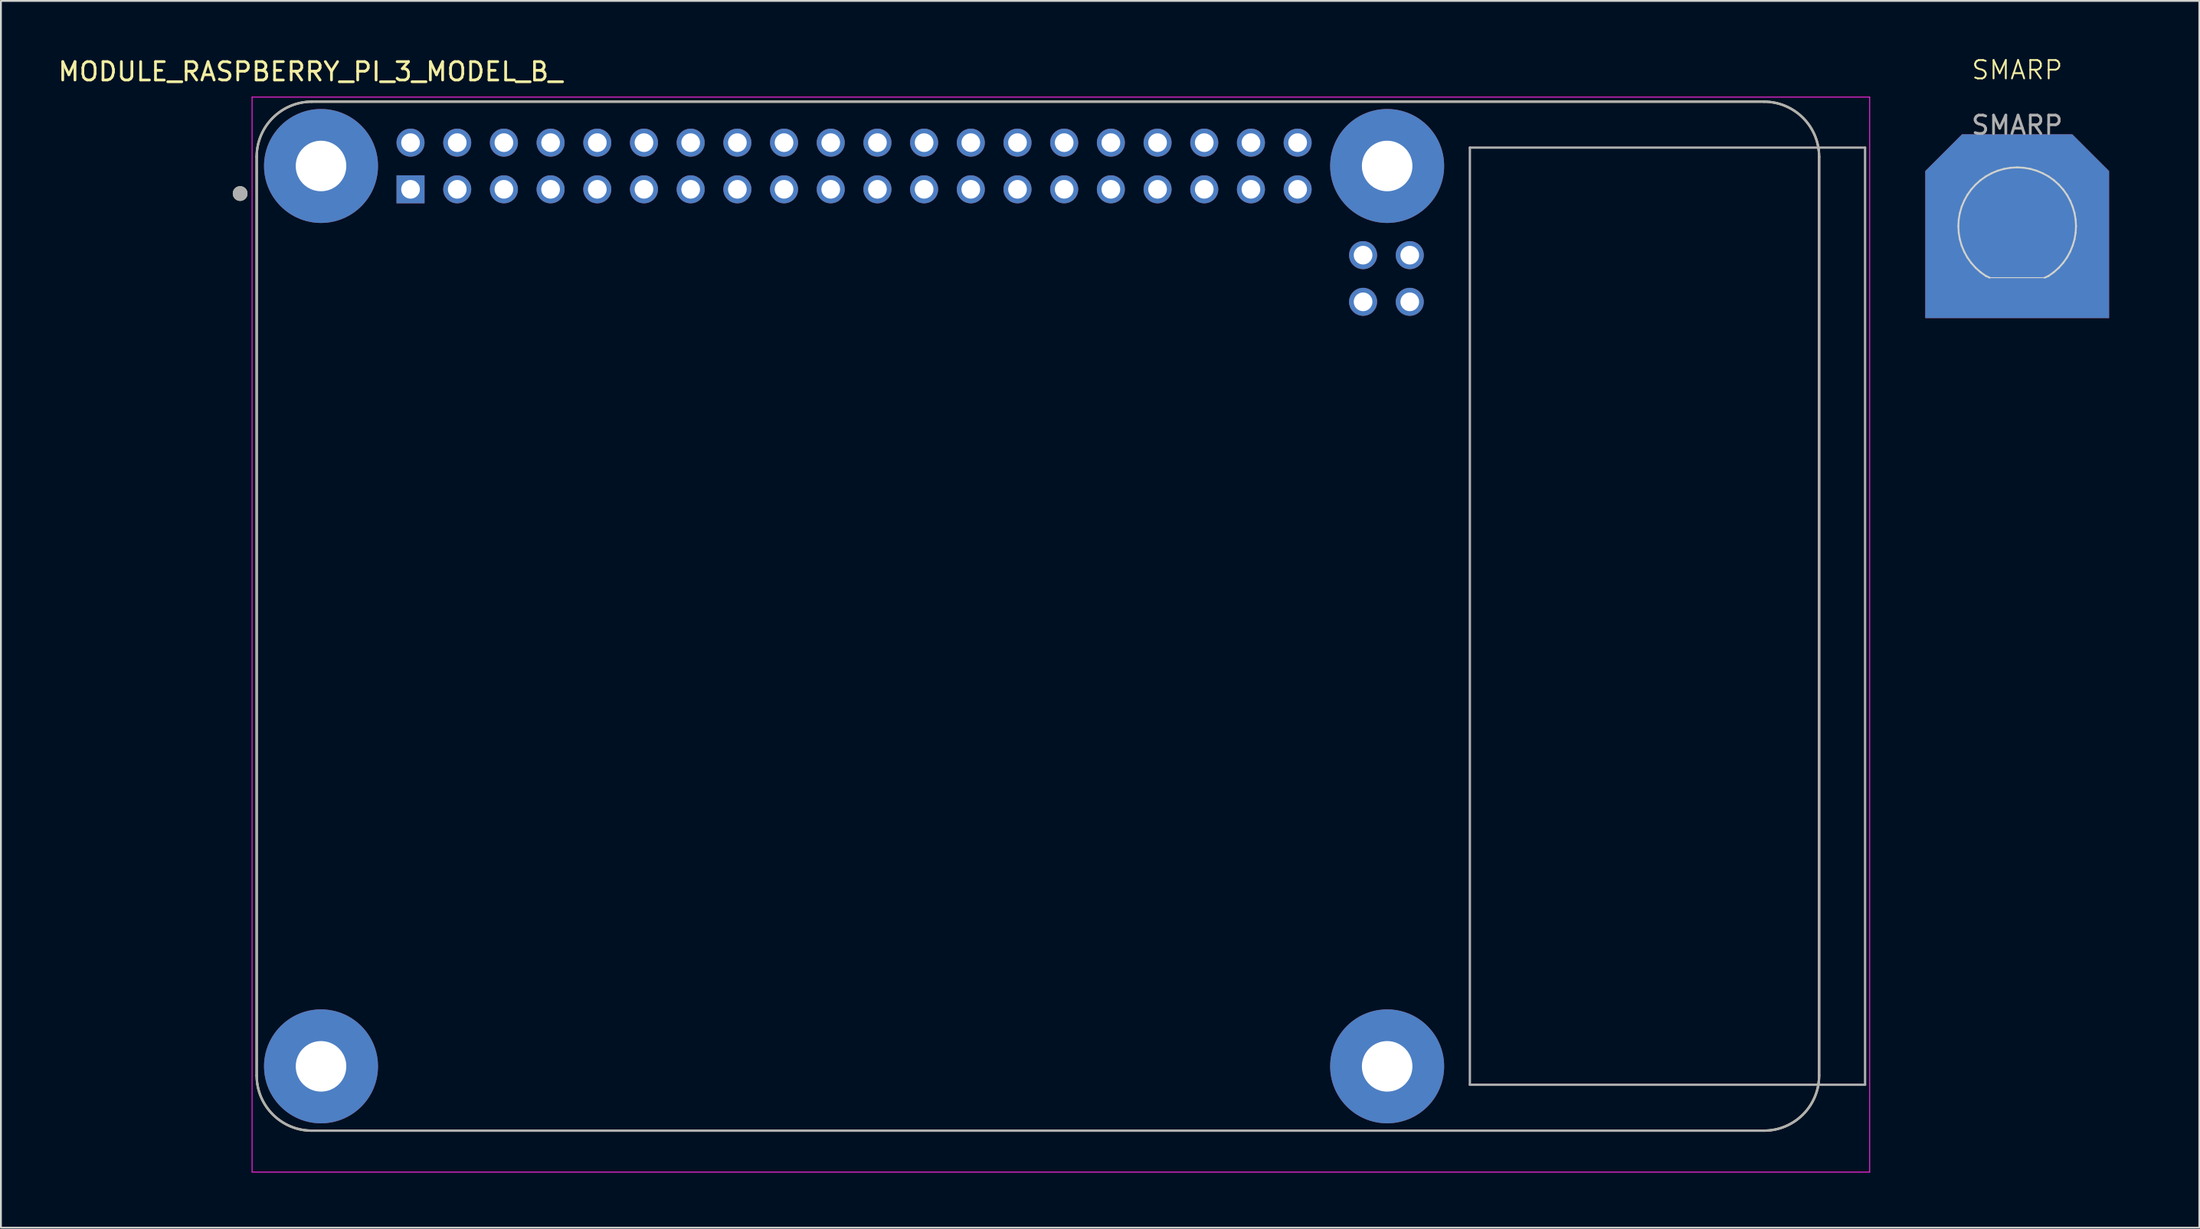
<source format=kicad_pcb>
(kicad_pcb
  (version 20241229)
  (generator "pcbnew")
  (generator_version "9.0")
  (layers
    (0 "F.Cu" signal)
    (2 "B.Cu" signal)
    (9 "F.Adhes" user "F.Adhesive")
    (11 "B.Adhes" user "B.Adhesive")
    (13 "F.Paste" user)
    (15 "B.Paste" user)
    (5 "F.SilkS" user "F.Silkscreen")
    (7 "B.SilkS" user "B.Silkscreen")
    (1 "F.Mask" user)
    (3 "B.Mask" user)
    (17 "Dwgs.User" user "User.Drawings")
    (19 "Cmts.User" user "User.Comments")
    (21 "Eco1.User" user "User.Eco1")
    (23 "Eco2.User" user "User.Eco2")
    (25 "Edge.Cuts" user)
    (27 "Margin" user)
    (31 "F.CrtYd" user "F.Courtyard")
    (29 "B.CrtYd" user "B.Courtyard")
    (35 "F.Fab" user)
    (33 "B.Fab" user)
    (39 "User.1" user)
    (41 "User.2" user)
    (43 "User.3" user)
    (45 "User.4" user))
  (footprint "MODULE_RASPBERRY_PI_3_MODEL_B_"
    (layer "F.Cu")
    (at 53.414 30.483)
    (property "Reference" "MODULE_RASPBERRY_PI_3_MODEL_B_" (at -39.575 -29.635 0) (layer "F.SilkS") (effects (font (size 1 1) (thickness 0.15))))
    (attr through_hole)
    (fp_line (start -42.5 -25) (end -42.5 25) (stroke (width 0.127) (type solid)) (layer "F.SilkS"))
    (fp_line (start -39.5 28) (end 39.5 28) (stroke (width 0.127) (type solid)) (layer "F.SilkS"))
    (fp_line (start 39.5 -28) (end -39.5 -28) (stroke (width 0.127) (type solid)) (layer "F.SilkS"))
    (fp_line (start 42.5 25) (end 42.5 -25) (stroke (width 0.127) (type solid)) (layer "F.SilkS"))
    (fp_arc (start -42.5 -25) (mid -41.62132 -27.12132) (end -39.5 -28) (stroke (width 0.127) (type solid)) (layer "F.SilkS"))
    (fp_arc (start -39.5 28) (mid -41.62132 27.12132) (end -42.5 25) (stroke (width 0.127) (type solid)) (layer "F.SilkS"))
    (fp_arc (start 39.5 -28) (mid 41.62132 -27.12132) (end 42.5 -25) (stroke (width 0.127) (type solid)) (layer "F.SilkS"))
    (fp_arc (start 42.5 25) (mid 41.62132 27.12132) (end 39.5 28) (stroke (width 0.127) (type solid)) (layer "F.SilkS"))
    (fp_circle (center -43.4 -23) (end -43.2 -23) (stroke (width 0.4) (type solid)) (fill no) (layer "F.SilkS"))
    (fp_line (start -42.75 -28.25) (end 45.25 -28.25) (stroke (width 0.05) (type solid)) (layer "F.CrtYd"))
    (fp_line (start -42.75 30.255) (end -42.75 -28.25) (stroke (width 0.05) (type solid)) (layer "F.CrtYd"))
    (fp_line (start 45.25 -28.25) (end 45.25 30.255) (stroke (width 0.05) (type solid)) (layer "F.CrtYd"))
    (fp_line (start 45.25 30.255) (end -42.75 30.255) (stroke (width 0.05) (type solid)) (layer "F.CrtYd"))
    (fp_line (start -42.5 -25) (end -42.5 25) (stroke (width 0.127) (type solid)) (layer "F.Fab"))
    (fp_line (start -39.5 28) (end 39.5 28) (stroke (width 0.127) (type solid)) (layer "F.Fab"))
    (fp_line (start 23.5 -25.5) (end 23.5 25.5) (stroke (width 0.127) (type solid)) (layer "F.Fab"))
    (fp_line (start 23.5 25.5) (end 45 25.5) (stroke (width 0.127) (type solid)) (layer "F.Fab"))
    (fp_line (start 39.5 -28) (end -39.5 -28) (stroke (width 0.127) (type solid)) (layer "F.Fab"))
    (fp_line (start 42.5 25) (end 42.5 -25) (stroke (width 0.127) (type solid)) (layer "F.Fab"))
    (fp_line (start 45 -25.5) (end 23.5 -25.5) (stroke (width 0.127) (type solid)) (layer "F.Fab"))
    (fp_line (start 45 25.5) (end 45 -25.5) (stroke (width 0.127) (type solid)) (layer "F.Fab"))
    (fp_arc (start -42.5 -25) (mid -41.62132 -27.12132) (end -39.5 -28) (stroke (width 0.127) (type solid)) (layer "F.Fab"))
    (fp_arc (start -39.5 28) (mid -41.62132 27.12132) (end -42.5 25) (stroke (width 0.127) (type solid)) (layer "F.Fab"))
    (fp_arc (start 39.5 -28) (mid 41.62132 -27.12132) (end 42.5 -25) (stroke (width 0.127) (type solid)) (layer "F.Fab"))
    (fp_arc (start 42.5 25) (mid 41.62132 27.12132) (end 39.5 28) (stroke (width 0.127) (type solid)) (layer "F.Fab"))
    (fp_circle (center -43.4 -23) (end -43.2 -23) (stroke (width 0.4) (type solid)) (fill no) (layer "F.Fab"))
    (pad "1" thru_hole rect (at -34.13 -23.23) (size 1.524 1.524) (drill 1.016) (layers "*.Cu" "*.Mask"))
    (pad "2" thru_hole circle (at -34.13 -25.77) (size 1.524 1.524) (drill 1.016) (layers "*.Cu" "*.Mask"))
    (pad "3" thru_hole circle (at -31.59 -23.23) (size 1.524 1.524) (drill 1.016) (layers "*.Cu" "*.Mask"))
    (pad "4" thru_hole circle (at -31.59 -25.77) (size 1.524 1.524) (drill 1.016) (layers "*.Cu" "*.Mask"))
    (pad "5" thru_hole circle (at -29.05 -23.23) (size 1.524 1.524) (drill 1.016) (layers "*.Cu" "*.Mask"))
    (pad "6" thru_hole circle (at -29.05 -25.77) (size 1.524 1.524) (drill 1.016) (layers "*.Cu" "*.Mask"))
    (pad "7" thru_hole circle (at -26.51 -23.23) (size 1.524 1.524) (drill 1.016) (layers "*.Cu" "*.Mask"))
    (pad "8" thru_hole circle (at -26.51 -25.77) (size 1.524 1.524) (drill 1.016) (layers "*.Cu" "*.Mask"))
    (pad "9" thru_hole circle (at -23.97 -23.23) (size 1.524 1.524) (drill 1.016) (layers "*.Cu" "*.Mask"))
    (pad "10" thru_hole circle (at -23.97 -25.77) (size 1.524 1.524) (drill 1.016) (layers "*.Cu" "*.Mask"))
    (pad "11" thru_hole circle (at -21.43 -23.23) (size 1.524 1.524) (drill 1.016) (layers "*.Cu" "*.Mask"))
    (pad "12" thru_hole circle (at -21.43 -25.77) (size 1.524 1.524) (drill 1.016) (layers "*.Cu" "*.Mask"))
    (pad "13" thru_hole circle (at -18.89 -23.23) (size 1.524 1.524) (drill 1.016) (layers "*.Cu" "*.Mask"))
    (pad "14" thru_hole circle (at -18.89 -25.77) (size 1.524 1.524) (drill 1.016) (layers "*.Cu" "*.Mask"))
    (pad "15" thru_hole circle (at -16.35 -23.23) (size 1.524 1.524) (drill 1.016) (layers "*.Cu" "*.Mask"))
    (pad "16" thru_hole circle (at -16.35 -25.77) (size 1.524 1.524) (drill 1.016) (layers "*.Cu" "*.Mask"))
    (pad "17" thru_hole circle (at -13.81 -23.23) (size 1.524 1.524) (drill 1.016) (layers "*.Cu" "*.Mask"))
    (pad "18" thru_hole circle (at -13.81 -25.77) (size 1.524 1.524) (drill 1.016) (layers "*.Cu" "*.Mask"))
    (pad "19" thru_hole circle (at -11.27 -23.23) (size 1.524 1.524) (drill 1.016) (layers "*.Cu" "*.Mask"))
    (pad "20" thru_hole circle (at -11.27 -25.77) (size 1.524 1.524) (drill 1.016) (layers "*.Cu" "*.Mask"))
    (pad "21" thru_hole circle (at -8.73 -23.23) (size 1.524 1.524) (drill 1.016) (layers "*.Cu" "*.Mask"))
    (pad "22" thru_hole circle (at -8.73 -25.77) (size 1.524 1.524) (drill 1.016) (layers "*.Cu" "*.Mask"))
    (pad "23" thru_hole circle (at -6.19 -23.23) (size 1.524 1.524) (drill 1.016) (layers "*.Cu" "*.Mask"))
    (pad "24" thru_hole circle (at -6.19 -25.77) (size 1.524 1.524) (drill 1.016) (layers "*.Cu" "*.Mask"))
    (pad "25" thru_hole circle (at -3.65 -23.23) (size 1.524 1.524) (drill 1.016) (layers "*.Cu" "*.Mask"))
    (pad "26" thru_hole circle (at -3.65 -25.77) (size 1.524 1.524) (drill 1.016) (layers "*.Cu" "*.Mask"))
    (pad "27" thru_hole circle (at -1.11 -23.23) (size 1.524 1.524) (drill 1.016) (layers "*.Cu" "*.Mask"))
    (pad "28" thru_hole circle (at -1.11 -25.77) (size 1.524 1.524) (drill 1.016) (layers "*.Cu" "*.Mask"))
    (pad "29" thru_hole circle (at 1.43 -23.23) (size 1.524 1.524) (drill 1.016) (layers "*.Cu" "*.Mask"))
    (pad "30" thru_hole circle (at 1.43 -25.77) (size 1.524 1.524) (drill 1.016) (layers "*.Cu" "*.Mask"))
    (pad "31" thru_hole circle (at 3.97 -23.23) (size 1.524 1.524) (drill 1.016) (layers "*.Cu" "*.Mask"))
    (pad "32" thru_hole circle (at 3.97 -25.77) (size 1.524 1.524) (drill 1.016) (layers "*.Cu" "*.Mask"))
    (pad "33" thru_hole circle (at 6.51 -23.23) (size 1.524 1.524) (drill 1.016) (layers "*.Cu" "*.Mask"))
    (pad "34" thru_hole circle (at 6.51 -25.77) (size 1.524 1.524) (drill 1.016) (layers "*.Cu" "*.Mask"))
    (pad "35" thru_hole circle (at 9.05 -23.23) (size 1.524 1.524) (drill 1.016) (layers "*.Cu" "*.Mask"))
    (pad "36" thru_hole circle (at 9.05 -25.77) (size 1.524 1.524) (drill 1.016) (layers "*.Cu" "*.Mask"))
    (pad "37" thru_hole circle (at 11.59 -23.23) (size 1.524 1.524) (drill 1.016) (layers "*.Cu" "*.Mask"))
    (pad "38" thru_hole circle (at 11.59 -25.77) (size 1.524 1.524) (drill 1.016) (layers "*.Cu" "*.Mask"))
    (pad "39" thru_hole circle (at 14.13 -23.23) (size 1.524 1.524) (drill 1.016) (layers "*.Cu" "*.Mask"))
    (pad "40" thru_hole circle (at 14.13 -25.77) (size 1.524 1.524) (drill 1.016) (layers "*.Cu" "*.Mask"))
    (pad "41" thru_hole circle (at 20.23 -17.107) (size 1.524 1.524) (drill 1.016) (layers "*.Cu" "*.Mask"))
    (pad "42" thru_hole circle (at 20.23 -19.647) (size 1.524 1.524) (drill 1.016) (layers "*.Cu" "*.Mask"))
    (pad "43" thru_hole circle (at 17.69 -17.107) (size 1.524 1.524) (drill 1.016) (layers "*.Cu" "*.Mask"))
    (pad "44" thru_hole circle (at 17.69 -19.647) (size 1.524 1.524) (drill 1.016) (layers "*.Cu" "*.Mask"))
    (pad "S1" thru_hole circle (at -39 -24.5) (size 6.2 6.2) (drill 2.75) (layers "*.Cu" "*.Mask"))
    (pad "S2" thru_hole circle (at 19 -24.5) (size 6.2 6.2) (drill 2.75) (layers "*.Cu" "*.Mask"))
    (pad "S3" thru_hole circle (at 19 24.5) (size 6.2 6.2) (drill 2.75) (layers "*.Cu" "*.Mask"))
    (pad "S4" thru_hole circle (at -39 24.5) (size 6.2 6.2) (drill 2.75) (layers "*.Cu" "*.Mask")))
  (footprint "SMARP"
    (layer "F.Cu")
    (at 106.689 1.26)
    (property "Reference" "SMARP" (at 0 -0.5 0) (unlocked yes) (layer "F.SilkS") (effects (font (size 1 1) (thickness 0.1))))
    (fp_line (start -3.2 8) (end -3.18 8.358) (stroke (width 0.1) (type default)) (layer "Edge.Cuts"))
    (fp_line (start -3.18 7.642) (end -3.2 8) (stroke (width 0.1) (type default)) (layer "Edge.Cuts"))
    (fp_line (start -3.18 8.358) (end -3.12 8.712) (stroke (width 0.1) (type default)) (layer "Edge.Cuts"))
    (fp_line (start -3.12 7.288) (end -3.18 7.642) (stroke (width 0.1) (type default)) (layer "Edge.Cuts"))
    (fp_line (start -3.12 8.712) (end -3.02 9.057) (stroke (width 0.1) (type default)) (layer "Edge.Cuts"))
    (fp_line (start -3.02 6.943) (end -3.12 7.288) (stroke (width 0.1) (type default)) (layer "Edge.Cuts"))
    (fp_line (start -3.02 9.057) (end -2.883 9.388) (stroke (width 0.1) (type default)) (layer "Edge.Cuts"))
    (fp_line (start -2.883 6.612) (end -3.02 6.943) (stroke (width 0.1) (type default)) (layer "Edge.Cuts"))
    (fp_line (start -2.883 9.388) (end -2.71 9.703) (stroke (width 0.1) (type default)) (layer "Edge.Cuts"))
    (fp_line (start -2.71 6.297) (end -2.883 6.612) (stroke (width 0.1) (type default)) (layer "Edge.Cuts"))
    (fp_line (start -2.71 9.703) (end -2.502 9.995) (stroke (width 0.1) (type default)) (layer "Edge.Cuts"))
    (fp_line (start -2.502 6.005) (end -2.71 6.297) (stroke (width 0.1) (type default)) (layer "Edge.Cuts"))
    (fp_line (start -2.502 9.995) (end -2.263 10.263) (stroke (width 0.1) (type default)) (layer "Edge.Cuts"))
    (fp_line (start -2.263 5.737) (end -2.502 6.005) (stroke (width 0.1) (type default)) (layer "Edge.Cuts"))
    (fp_line (start -2.263 10.263) (end -1.995 10.502) (stroke (width 0.1) (type default)) (layer "Edge.Cuts"))
    (fp_line (start -1.995 5.498) (end -2.263 5.737) (stroke (width 0.1) (type default)) (layer "Edge.Cuts"))
    (fp_line (start -1.995 10.502) (end -1.703 10.71) (stroke (width 0.1) (type default)) (layer "Edge.Cuts"))
    (fp_line (start -1.703 5.29) (end -1.995 5.498) (stroke (width 0.1) (type default)) (layer "Edge.Cuts"))
    (fp_line (start -1.703 10.71) (end -1.5 10.8) (stroke (width 0.1) (type default)) (layer "Edge.Cuts"))
    (fp_line (start -1.5 10.8) (end 1.5 10.8) (stroke (width 0.05) (type default)) (layer "Edge.Cuts"))
    (fp_line (start -1.388 5.117) (end -1.703 5.29) (stroke (width 0.1) (type default)) (layer "Edge.Cuts"))
    (fp_line (start -1.057 4.98) (end -1.388 5.117) (stroke (width 0.1) (type default)) (layer "Edge.Cuts"))
    (fp_line (start -0.712 4.88) (end -1.057 4.98) (stroke (width 0.1) (type default)) (layer "Edge.Cuts"))
    (fp_line (start -0.358 4.82) (end -0.712 4.88) (stroke (width 0.1) (type default)) (layer "Edge.Cuts"))
    (fp_line (start 0 4.8) (end -0.358 4.82) (stroke (width 0.1) (type default)) (layer "Edge.Cuts"))
    (fp_line (start 0.358 4.82) (end 0 4.8) (stroke (width 0.1) (type default)) (layer "Edge.Cuts"))
    (fp_line (start 0.712 4.88) (end 0.358 4.82) (stroke (width 0.1) (type default)) (layer "Edge.Cuts"))
    (fp_line (start 1.057 4.98) (end 0.712 4.88) (stroke (width 0.1) (type default)) (layer "Edge.Cuts"))
    (fp_line (start 1.388 5.117) (end 1.057 4.98) (stroke (width 0.1) (type default)) (layer "Edge.Cuts"))
    (fp_line (start 1.5 10.8) (end 1.703 10.71) (stroke (width 0.1) (type default)) (layer "Edge.Cuts"))
    (fp_line (start 1.703 5.29) (end 1.388 5.117) (stroke (width 0.1) (type default)) (layer "Edge.Cuts"))
    (fp_line (start 1.703 10.71) (end 1.995 10.502) (stroke (width 0.1) (type default)) (layer "Edge.Cuts"))
    (fp_line (start 1.995 5.498) (end 1.703 5.29) (stroke (width 0.1) (type default)) (layer "Edge.Cuts"))
    (fp_line (start 1.995 10.502) (end 2.263 10.263) (stroke (width 0.1) (type default)) (layer "Edge.Cuts"))
    (fp_line (start 2.263 5.737) (end 1.995 5.498) (stroke (width 0.1) (type default)) (layer "Edge.Cuts"))
    (fp_line (start 2.263 10.263) (end 2.502 9.995) (stroke (width 0.1) (type default)) (layer "Edge.Cuts"))
    (fp_line (start 2.502 6.005) (end 2.263 5.737) (stroke (width 0.1) (type default)) (layer "Edge.Cuts"))
    (fp_line (start 2.502 9.995) (end 2.71 9.703) (stroke (width 0.1) (type default)) (layer "Edge.Cuts"))
    (fp_line (start 2.71 6.297) (end 2.502 6.005) (stroke (width 0.1) (type default)) (layer "Edge.Cuts"))
    (fp_line (start 2.71 9.703) (end 2.883 9.388) (stroke (width 0.1) (type default)) (layer "Edge.Cuts"))
    (fp_line (start 2.883 6.612) (end 2.71 6.297) (stroke (width 0.1) (type default)) (layer "Edge.Cuts"))
    (fp_line (start 2.883 9.388) (end 3.02 9.057) (stroke (width 0.1) (type default)) (layer "Edge.Cuts"))
    (fp_line (start 3.02 6.943) (end 2.883 6.612) (stroke (width 0.1) (type default)) (layer "Edge.Cuts"))
    (fp_line (start 3.02 9.057) (end 3.12 8.712) (stroke (width 0.1) (type default)) (layer "Edge.Cuts"))
    (fp_line (start 3.12 7.288) (end 3.02 6.943) (stroke (width 0.1) (type default)) (layer "Edge.Cuts"))
    (fp_line (start 3.12 8.712) (end 3.18 8.358) (stroke (width 0.1) (type default)) (layer "Edge.Cuts"))
    (fp_line (start 3.18 7.642) (end 3.12 7.288) (stroke (width 0.1) (type default)) (layer "Edge.Cuts"))
    (fp_line (start 3.18 8.358) (end 3.2 8) (stroke (width 0.1) (type default)) (layer "Edge.Cuts"))
    (fp_line (start 3.2 8) (end 3.18 7.642) (stroke (width 0.1) (type default)) (layer "Edge.Cuts"))
    (fp_line (start 3.2 8) (end 3.2 8) (stroke (width 0.1) (type default)) (layer "Edge.Cuts"))
    (fp_text user "${REFERENCE}" (at 0 2.5 0) (unlocked yes) (layer "F.Fab") (effects (font (size 1 1) (thickness 0.15))))
    (dimension (type aligned) (layer "User.1") (pts (xy 106.689 6.061) (xy 106.689 12.06)) (height -3.6) (format (prefix "") (suffix "") (units 3) (units_format 1) (precision 4)) (style (thickness 0.1) (arrow_length 1.27) (text_position_mode 0) (arrow_direction outward) (extension_height 0.586) (extension_offset 0.5) (keep_text_aligned yes)) (gr_text "6.0000 mm" (at 109.139 9.06 90) (layer "User.1") (effects (font (size 1 1) (thickness 0.15)))))
    (pad "GND" smd roundrect (at 0 8) (size 10 10) (layers "F.Cu" "F.Mask") (roundrect_rratio 0) (chamfer_ratio 0.2) (chamfer top_left top_right))
    (pad "GND" smd roundrect (at 0 8) (size 10 10) (layers "B.Cu" "B.Mask") (roundrect_rratio 0) (chamfer_ratio 0.2) (chamfer top_left top_right)))
  (gr_rect
    (start -3 -3)
    (end 116.598 63.763)
    (stroke (width 0.1) (type default))
    (fill no)
    (layer "Edge.Cuts")))
</source>
